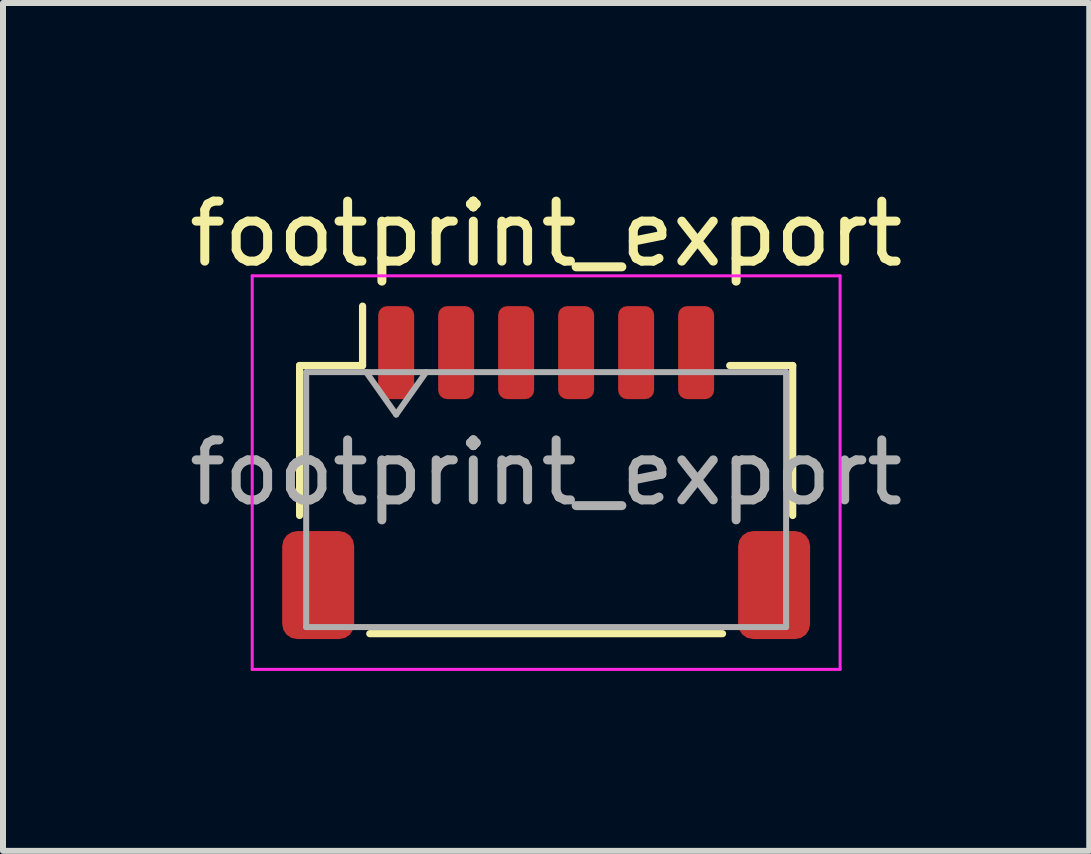
<source format=kicad_pcb>
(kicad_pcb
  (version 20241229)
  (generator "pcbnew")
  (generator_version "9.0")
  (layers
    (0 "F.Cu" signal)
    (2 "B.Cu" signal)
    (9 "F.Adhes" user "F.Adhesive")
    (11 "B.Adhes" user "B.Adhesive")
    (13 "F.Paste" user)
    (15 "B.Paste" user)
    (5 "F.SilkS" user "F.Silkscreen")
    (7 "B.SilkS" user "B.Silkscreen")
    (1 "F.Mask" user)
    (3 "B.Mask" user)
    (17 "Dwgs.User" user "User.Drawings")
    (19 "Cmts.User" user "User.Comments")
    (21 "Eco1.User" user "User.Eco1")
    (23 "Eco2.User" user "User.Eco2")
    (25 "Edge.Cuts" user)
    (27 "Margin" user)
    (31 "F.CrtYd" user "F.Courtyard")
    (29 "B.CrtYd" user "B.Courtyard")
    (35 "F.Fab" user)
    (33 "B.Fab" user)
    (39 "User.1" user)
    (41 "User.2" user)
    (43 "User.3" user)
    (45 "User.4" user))
  (footprint "footprint_export"
    (layer "F.Cu")
    (at 6.054 4.828)
    (property "Reference" "footprint_export" (at 0 -3.98 0) (layer "F.SilkS") (effects (font (size 1 1) (thickness 0.15))))
    (attr smd)
    (fp_line (start -4.11 -1.785) (end -3.06 -1.785) (stroke (width 0.12) (type solid)) (layer "F.SilkS"))
    (fp_line (start -4.11 0.715) (end -4.11 -1.785) (stroke (width 0.12) (type solid)) (layer "F.SilkS"))
    (fp_line (start -3.06 -1.785) (end -3.06 -2.775) (stroke (width 0.12) (type solid)) (layer "F.SilkS"))
    (fp_line (start -2.94 2.685) (end 2.94 2.685) (stroke (width 0.12) (type solid)) (layer "F.SilkS"))
    (fp_line (start 4.11 -1.785) (end 3.06 -1.785) (stroke (width 0.12) (type solid)) (layer "F.SilkS"))
    (fp_line (start 4.11 0.715) (end 4.11 -1.785) (stroke (width 0.12) (type solid)) (layer "F.SilkS"))
    (fp_line (start -4.9 -3.28) (end -4.9 3.28) (stroke (width 0.05) (type solid)) (layer "F.CrtYd"))
    (fp_line (start -4.9 3.28) (end 4.9 3.28) (stroke (width 0.05) (type solid)) (layer "F.CrtYd"))
    (fp_line (start 4.9 -3.28) (end -4.9 -3.28) (stroke (width 0.05) (type solid)) (layer "F.CrtYd"))
    (fp_line (start 4.9 3.28) (end 4.9 -3.28) (stroke (width 0.05) (type solid)) (layer "F.CrtYd"))
    (fp_line (start -4 -1.675) (end -4 2.575) (stroke (width 0.1) (type solid)) (layer "F.Fab"))
    (fp_line (start -4 -1.675) (end 4 -1.675) (stroke (width 0.1) (type solid)) (layer "F.Fab"))
    (fp_line (start -4 2.575) (end 4 2.575) (stroke (width 0.1) (type solid)) (layer "F.Fab"))
    (fp_line (start -3 -1.675) (end -2.5 -0.968) (stroke (width 0.1) (type solid)) (layer "F.Fab"))
    (fp_line (start -2.5 -0.968) (end -2 -1.675) (stroke (width 0.1) (type solid)) (layer "F.Fab"))
    (fp_line (start 4 -1.675) (end 4 2.575) (stroke (width 0.1) (type solid)) (layer "F.Fab"))
    (fp_text user "${REFERENCE}" (at 0 0 0) (layer "F.Fab") (effects (font (size 1 1) (thickness 0.15))))
    (pad "1" smd roundrect (at -2.5 -2) (size 0.6 1.55) (layers "F.Cu" "F.Mask" "F.Paste") (roundrect_rratio 0.25))
    (pad "2" smd roundrect (at -1.5 -2) (size 0.6 1.55) (layers "F.Cu" "F.Mask" "F.Paste") (roundrect_rratio 0.25))
    (pad "3" smd roundrect (at -0.5 -2) (size 0.6 1.55) (layers "F.Cu" "F.Mask" "F.Paste") (roundrect_rratio 0.25))
    (pad "4" smd roundrect (at 0.5 -2) (size 0.6 1.55) (layers "F.Cu" "F.Mask" "F.Paste") (roundrect_rratio 0.25))
    (pad "5" smd roundrect (at 1.5 -2) (size 0.6 1.55) (layers "F.Cu" "F.Mask" "F.Paste") (roundrect_rratio 0.25))
    (pad "6" smd roundrect (at 2.5 -2) (size 0.6 1.55) (layers "F.Cu" "F.Mask" "F.Paste") (roundrect_rratio 0.25))
    (pad "MP" smd roundrect (at -3.8 1.875) (size 1.2 1.8) (layers "F.Cu" "F.Mask" "F.Paste") (roundrect_rratio 0.208))
    (pad "MP" smd roundrect (at 3.8 1.875) (size 1.2 1.8) (layers "F.Cu" "F.Mask" "F.Paste") (roundrect_rratio 0.208)))
  (gr_rect
    (start -3 -3)
    (end 15.107 11.133)
    (stroke (width 0.1) (type default))
    (fill no)
    (layer "Edge.Cuts")))
</source>
